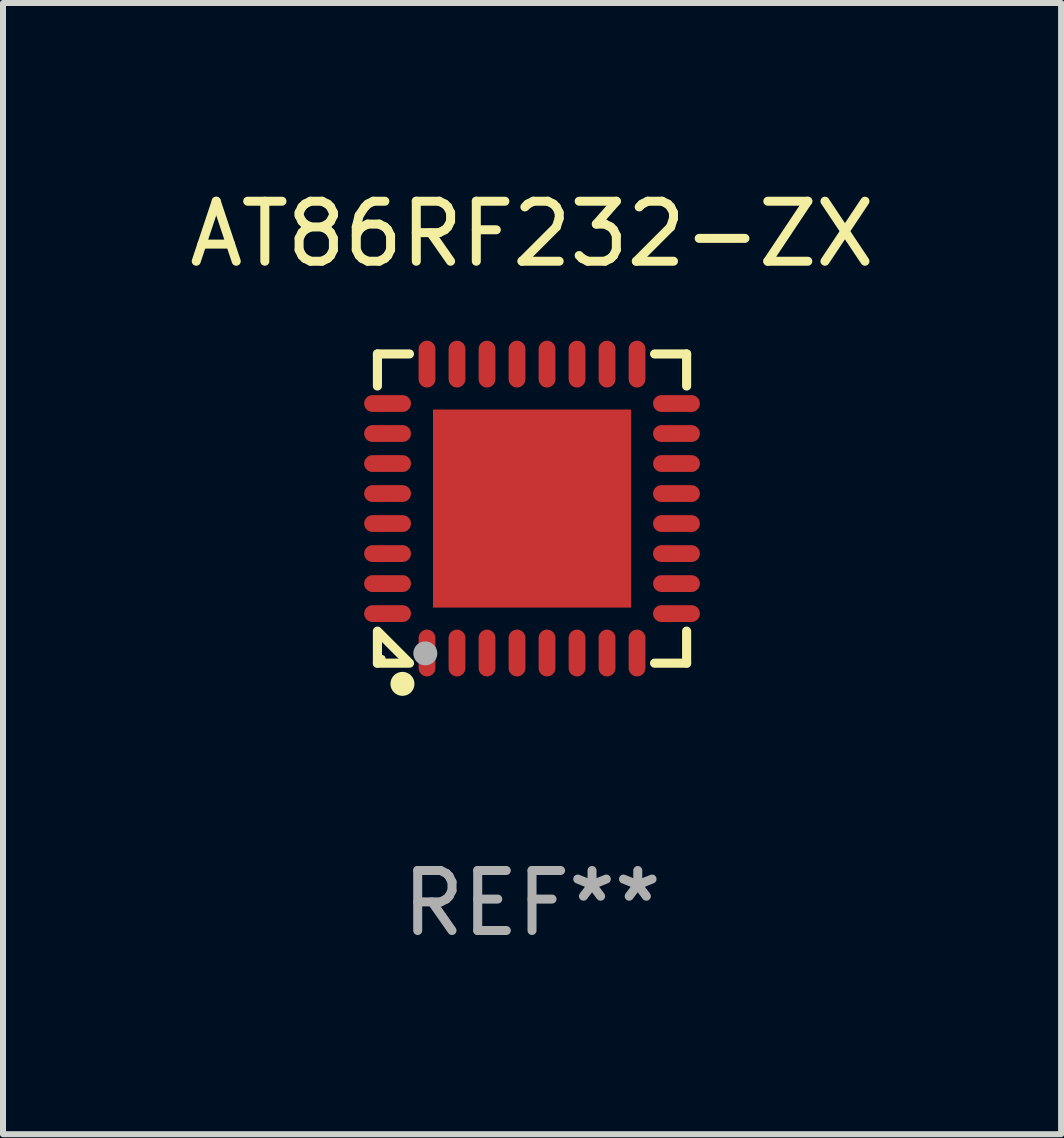
<source format=kicad_pcb>
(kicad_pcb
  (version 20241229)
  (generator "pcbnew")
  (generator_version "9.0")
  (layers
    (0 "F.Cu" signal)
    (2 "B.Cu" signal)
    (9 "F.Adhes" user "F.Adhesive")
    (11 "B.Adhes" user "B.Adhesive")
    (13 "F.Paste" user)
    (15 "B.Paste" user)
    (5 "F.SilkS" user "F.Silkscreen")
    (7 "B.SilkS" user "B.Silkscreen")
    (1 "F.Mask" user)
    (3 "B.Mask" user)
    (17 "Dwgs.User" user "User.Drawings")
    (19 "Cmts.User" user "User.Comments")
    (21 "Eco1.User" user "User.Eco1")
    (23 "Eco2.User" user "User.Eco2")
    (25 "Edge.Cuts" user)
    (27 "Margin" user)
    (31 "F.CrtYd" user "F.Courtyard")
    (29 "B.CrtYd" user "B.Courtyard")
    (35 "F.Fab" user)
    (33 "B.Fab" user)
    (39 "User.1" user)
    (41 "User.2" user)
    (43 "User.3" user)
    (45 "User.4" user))
  (footprint "AT86RF232-ZX"
    (layer "F.Cu")
    (at 5.815 5.424)
    (property "Reference" "AT86RF232-ZX" (at 0 -4.576 0) (layer "F.SilkS") (effects (font (size 1 1) (thickness 0.15))))
    (attr through_hole)
    (fp_line (start -2.576 -2.576) (end -2.576 -2.042) (stroke (width 0.152) (type solid)) (layer "F.SilkS"))
    (fp_line (start -2.576 2.576) (end -2.576 2.042) (stroke (width 0.152) (type solid)) (layer "F.SilkS"))
    (fp_line (start -2.549 2.069) (end -2.069 2.549) (stroke (width 0.152) (type solid)) (layer "F.SilkS"))
    (fp_line (start -2.042 -2.576) (end -2.576 -2.576) (stroke (width 0.152) (type solid)) (layer "F.SilkS"))
    (fp_line (start -2.042 2.576) (end -2.576 2.576) (stroke (width 0.152) (type solid)) (layer "F.SilkS"))
    (fp_line (start 2.042 -2.576) (end 2.576 -2.576) (stroke (width 0.152) (type solid)) (layer "F.SilkS"))
    (fp_line (start 2.042 2.576) (end 2.576 2.576) (stroke (width 0.152) (type solid)) (layer "F.SilkS"))
    (fp_line (start 2.576 -2.576) (end 2.576 -2.042) (stroke (width 0.152) (type solid)) (layer "F.SilkS"))
    (fp_line (start 2.576 2.576) (end 2.576 2.042) (stroke (width 0.152) (type solid)) (layer "F.SilkS"))
    (fp_circle (center -2.5 2.5) (end -2.47 2.5) (stroke (width 0.06) (type solid)) (fill no) (layer "F.SilkS"))
    (fp_circle (center -2.159 2.921) (end -2.059 2.921) (stroke (width 0.2) (type solid)) (fill no) (layer "F.SilkS"))
    (fp_circle (center -1.778 2.413) (end -1.678 2.413) (stroke (width 0.2) (type solid)) (fill no) (layer "F.Fab"))
    (fp_text user "REF**" (at 0 6.576 0) (layer "F.Fab") (effects (font (size 1 1) (thickness 0.15))))
    (pad "1" smd oval (at -1.75 2.407 90) (size 0.78 0.28) (layers "F.Cu" "F.Mask" "F.Paste"))
    (pad "2" smd oval (at -1.25 2.407 90) (size 0.78 0.28) (layers "F.Cu" "F.Mask" "F.Paste"))
    (pad "3" smd oval (at -0.75 2.407 90) (size 0.78 0.28) (layers "F.Cu" "F.Mask" "F.Paste"))
    (pad "4" smd oval (at -0.25 2.407 90) (size 0.78 0.28) (layers "F.Cu" "F.Mask" "F.Paste"))
    (pad "5" smd oval (at 0.25 2.407 90) (size 0.78 0.28) (layers "F.Cu" "F.Mask" "F.Paste"))
    (pad "6" smd oval (at 0.75 2.407 90) (size 0.78 0.28) (layers "F.Cu" "F.Mask" "F.Paste"))
    (pad "7" smd oval (at 1.25 2.407 90) (size 0.78 0.28) (layers "F.Cu" "F.Mask" "F.Paste"))
    (pad "8" smd oval (at 1.75 2.407 90) (size 0.78 0.28) (layers "F.Cu" "F.Mask" "F.Paste"))
    (pad "9" smd oval (at 2.407 1.75 90) (size 0.28 0.78) (layers "F.Cu" "F.Mask" "F.Paste"))
    (pad "10" smd oval (at 2.407 1.25 90) (size 0.28 0.78) (layers "F.Cu" "F.Mask" "F.Paste"))
    (pad "11" smd oval (at 2.407 0.75 90) (size 0.28 0.78) (layers "F.Cu" "F.Mask" "F.Paste"))
    (pad "12" smd oval (at 2.407 0.25 90) (size 0.28 0.78) (layers "F.Cu" "F.Mask" "F.Paste"))
    (pad "13" smd oval (at 2.407 -0.25 90) (size 0.28 0.78) (layers "F.Cu" "F.Mask" "F.Paste"))
    (pad "14" smd oval (at 2.407 -0.75 90) (size 0.28 0.78) (layers "F.Cu" "F.Mask" "F.Paste"))
    (pad "15" smd oval (at 2.407 -1.25 90) (size 0.28 0.78) (layers "F.Cu" "F.Mask" "F.Paste"))
    (pad "16" smd oval (at 2.407 -1.75 90) (size 0.28 0.78) (layers "F.Cu" "F.Mask" "F.Paste"))
    (pad "17" smd oval (at 1.75 -2.407 90) (size 0.78 0.28) (layers "F.Cu" "F.Mask" "F.Paste"))
    (pad "18" smd oval (at 1.25 -2.407 90) (size 0.78 0.28) (layers "F.Cu" "F.Mask" "F.Paste"))
    (pad "19" smd oval (at 0.75 -2.407 90) (size 0.78 0.28) (layers "F.Cu" "F.Mask" "F.Paste"))
    (pad "20" smd oval (at 0.25 -2.407 90) (size 0.78 0.28) (layers "F.Cu" "F.Mask" "F.Paste"))
    (pad "21" smd oval (at -0.25 -2.407 90) (size 0.78 0.28) (layers "F.Cu" "F.Mask" "F.Paste"))
    (pad "22" smd oval (at -0.75 -2.407 90) (size 0.78 0.28) (layers "F.Cu" "F.Mask" "F.Paste"))
    (pad "23" smd oval (at -1.25 -2.407 90) (size 0.78 0.28) (layers "F.Cu" "F.Mask" "F.Paste"))
    (pad "24" smd oval (at -1.75 -2.407 90) (size 0.78 0.28) (layers "F.Cu" "F.Mask" "F.Paste"))
    (pad "25" smd oval (at -2.407 -1.75 90) (size 0.28 0.78) (layers "F.Cu" "F.Mask" "F.Paste"))
    (pad "26" smd oval (at -2.407 -1.25 90) (size 0.28 0.78) (layers "F.Cu" "F.Mask" "F.Paste"))
    (pad "27" smd oval (at -2.407 -0.75 90) (size 0.28 0.78) (layers "F.Cu" "F.Mask" "F.Paste"))
    (pad "28" smd oval (at -2.407 -0.25 90) (size 0.28 0.78) (layers "F.Cu" "F.Mask" "F.Paste"))
    (pad "29" smd oval (at -2.407 0.25 90) (size 0.28 0.78) (layers "F.Cu" "F.Mask" "F.Paste"))
    (pad "30" smd oval (at -2.407 0.75 90) (size 0.28 0.78) (layers "F.Cu" "F.Mask" "F.Paste"))
    (pad "31" smd oval (at -2.407 1.25 90) (size 0.28 0.78) (layers "F.Cu" "F.Mask" "F.Paste"))
    (pad "32" smd oval (at -2.407 1.75 90) (size 0.28 0.78) (layers "F.Cu" "F.Mask" "F.Paste"))
    (pad "33" smd rect (at 0 0 90) (size 3.3 3.3) (layers "F.Cu" "F.Mask" "F.Paste")))
  (gr_rect
    (start -3 -3)
    (end 14.631 15.849)
    (stroke (width 0.1) (type default))
    (fill no)
    (layer "Edge.Cuts")))
</source>
